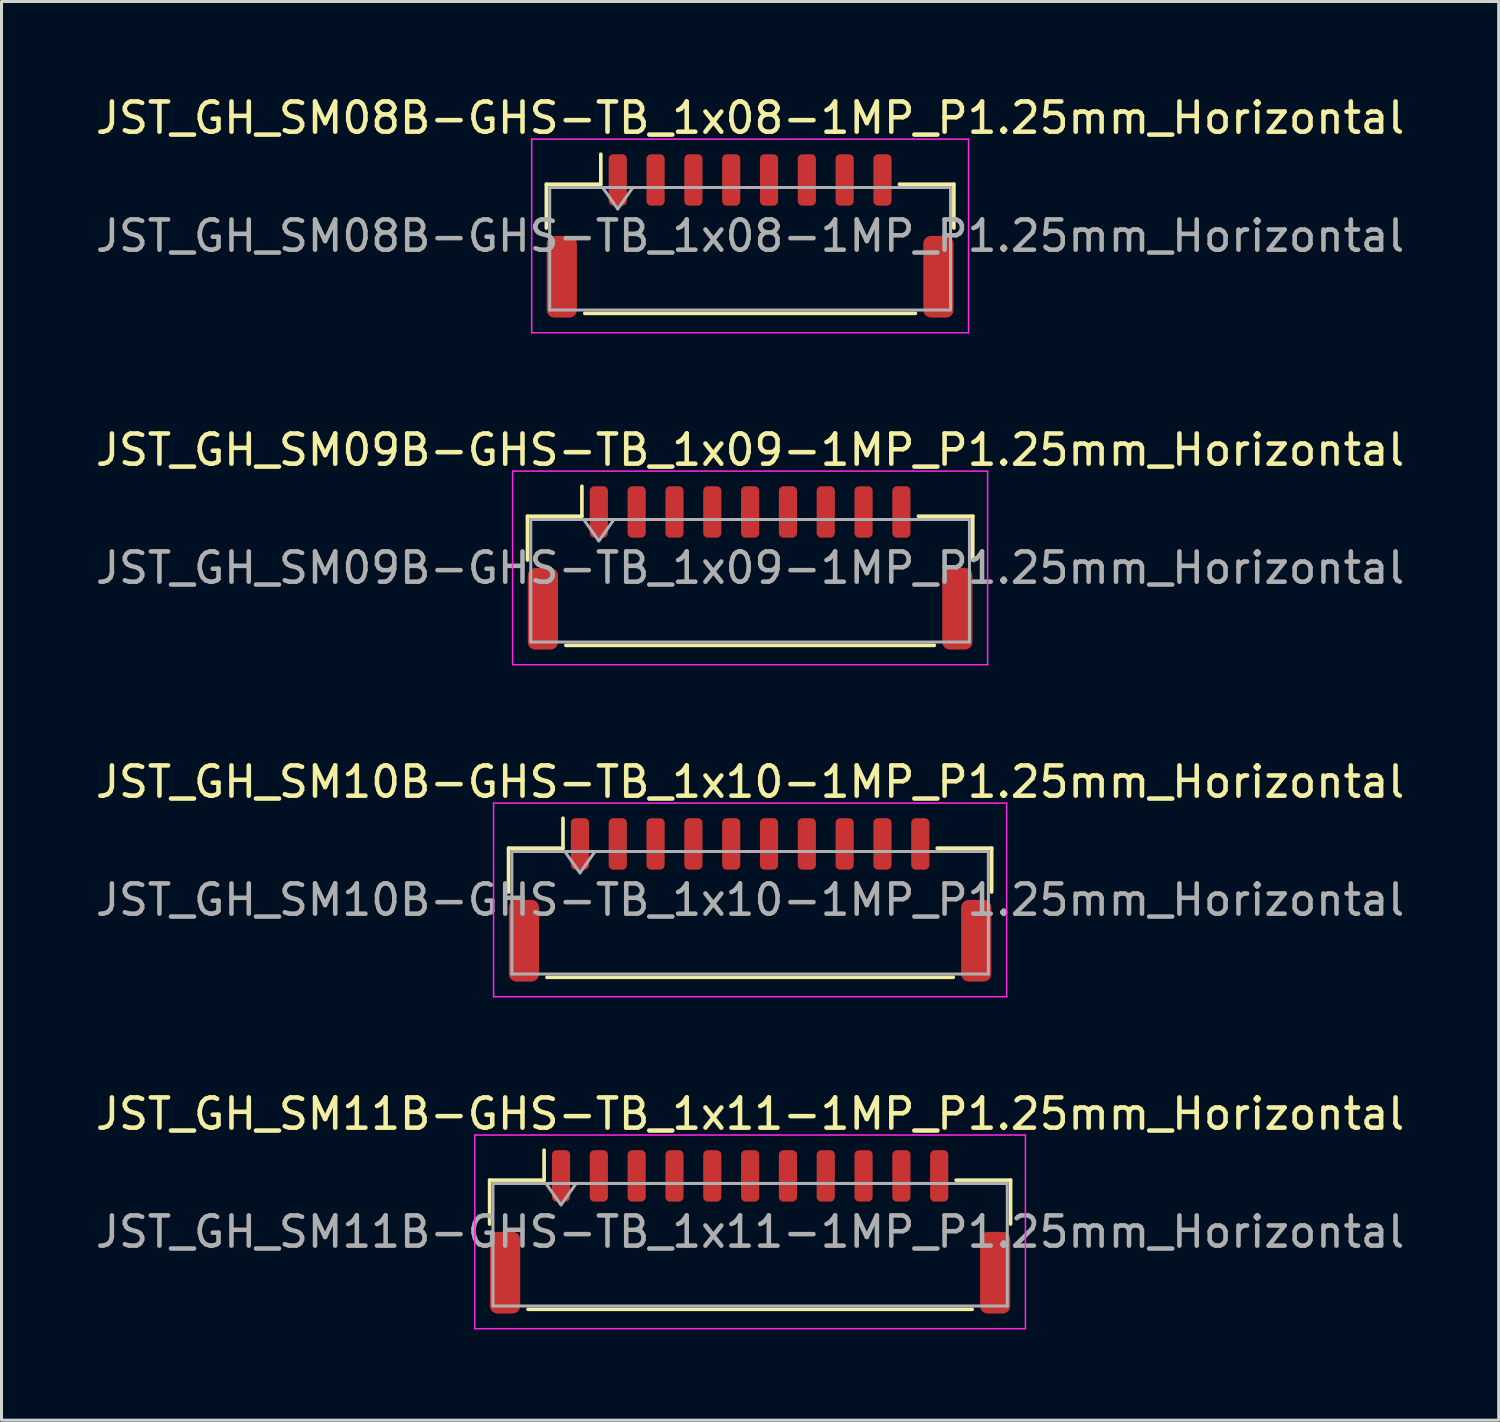
<source format=kicad_pcb>
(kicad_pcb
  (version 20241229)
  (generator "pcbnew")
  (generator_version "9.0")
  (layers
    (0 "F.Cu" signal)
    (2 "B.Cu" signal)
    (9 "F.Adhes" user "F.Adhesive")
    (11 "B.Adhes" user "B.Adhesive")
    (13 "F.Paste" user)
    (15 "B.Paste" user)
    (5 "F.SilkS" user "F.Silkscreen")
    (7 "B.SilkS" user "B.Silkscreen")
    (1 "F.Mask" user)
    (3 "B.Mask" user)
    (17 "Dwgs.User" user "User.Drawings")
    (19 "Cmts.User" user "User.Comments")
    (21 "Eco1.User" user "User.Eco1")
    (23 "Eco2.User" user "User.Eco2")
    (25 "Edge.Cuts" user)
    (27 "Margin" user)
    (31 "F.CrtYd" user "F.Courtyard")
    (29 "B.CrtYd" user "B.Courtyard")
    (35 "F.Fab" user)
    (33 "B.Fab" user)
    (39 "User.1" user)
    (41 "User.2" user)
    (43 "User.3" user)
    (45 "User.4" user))
  (footprint "JST_GH_SM10B-GHS-TB_1x10-1MP_P1.25mm_Horizontal"
    (layer "F.Cu")
    (at 21.744 26.695)
    (property "Reference" "JST_GH_SM10B-GHS-TB_1x10-1MP_P1.25mm_Horizontal" (at 0 -3.9 0) (layer "F.SilkS") (effects (font (size 1 1) (thickness 0.15))))
    (attr smd)
    (fp_line (start -7.985 -1.71) (end -6.185 -1.71) (stroke (width 0.12) (type solid)) (layer "F.SilkS"))
    (fp_line (start -7.985 -0.26) (end -7.985 -1.71) (stroke (width 0.12) (type solid)) (layer "F.SilkS"))
    (fp_line (start -6.715 2.56) (end 6.715 2.56) (stroke (width 0.12) (type solid)) (layer "F.SilkS"))
    (fp_line (start -6.185 -1.71) (end -6.185 -2.7) (stroke (width 0.12) (type solid)) (layer "F.SilkS"))
    (fp_line (start 7.985 -1.71) (end 6.185 -1.71) (stroke (width 0.12) (type solid)) (layer "F.SilkS"))
    (fp_line (start 7.985 -0.26) (end 7.985 -1.71) (stroke (width 0.12) (type solid)) (layer "F.SilkS"))
    (fp_line (start -8.48 -3.2) (end -8.48 3.2) (stroke (width 0.05) (type solid)) (layer "F.CrtYd"))
    (fp_line (start -8.48 3.2) (end 8.48 3.2) (stroke (width 0.05) (type solid)) (layer "F.CrtYd"))
    (fp_line (start 8.48 -3.2) (end -8.48 -3.2) (stroke (width 0.05) (type solid)) (layer "F.CrtYd"))
    (fp_line (start 8.48 3.2) (end 8.48 -3.2) (stroke (width 0.05) (type solid)) (layer "F.CrtYd"))
    (fp_line (start -7.875 -1.6) (end -7.875 2.45) (stroke (width 0.1) (type solid)) (layer "F.Fab"))
    (fp_line (start -7.875 -1.6) (end 7.875 -1.6) (stroke (width 0.1) (type solid)) (layer "F.Fab"))
    (fp_line (start -7.875 2.45) (end 7.875 2.45) (stroke (width 0.1) (type solid)) (layer "F.Fab"))
    (fp_line (start -6.125 -1.6) (end -5.625 -0.893) (stroke (width 0.1) (type solid)) (layer "F.Fab"))
    (fp_line (start -5.625 -0.893) (end -5.125 -1.6) (stroke (width 0.1) (type solid)) (layer "F.Fab"))
    (fp_line (start 7.875 -1.6) (end 7.875 2.45) (stroke (width 0.1) (type solid)) (layer "F.Fab"))
    (fp_text user "${REFERENCE}" (at 0 0 0) (layer "F.Fab") (effects (font (size 1 1) (thickness 0.15))))
    (pad "1" smd roundrect (at -5.625 -1.85) (size 0.6 1.7) (layers "F.Cu" "F.Mask" "F.Paste") (roundrect_rratio 0.25))
    (pad "2" smd roundrect (at -4.375 -1.85) (size 0.6 1.7) (layers "F.Cu" "F.Mask" "F.Paste") (roundrect_rratio 0.25))
    (pad "3" smd roundrect (at -3.125 -1.85) (size 0.6 1.7) (layers "F.Cu" "F.Mask" "F.Paste") (roundrect_rratio 0.25))
    (pad "4" smd roundrect (at -1.875 -1.85) (size 0.6 1.7) (layers "F.Cu" "F.Mask" "F.Paste") (roundrect_rratio 0.25))
    (pad "5" smd roundrect (at -0.625 -1.85) (size 0.6 1.7) (layers "F.Cu" "F.Mask" "F.Paste") (roundrect_rratio 0.25))
    (pad "6" smd roundrect (at 0.625 -1.85) (size 0.6 1.7) (layers "F.Cu" "F.Mask" "F.Paste") (roundrect_rratio 0.25))
    (pad "7" smd roundrect (at 1.875 -1.85) (size 0.6 1.7) (layers "F.Cu" "F.Mask" "F.Paste") (roundrect_rratio 0.25))
    (pad "8" smd roundrect (at 3.125 -1.85) (size 0.6 1.7) (layers "F.Cu" "F.Mask" "F.Paste") (roundrect_rratio 0.25))
    (pad "9" smd roundrect (at 4.375 -1.85) (size 0.6 1.7) (layers "F.Cu" "F.Mask" "F.Paste") (roundrect_rratio 0.25))
    (pad "10" smd roundrect (at 5.625 -1.85) (size 0.6 1.7) (layers "F.Cu" "F.Mask" "F.Paste") (roundrect_rratio 0.25))
    (pad "MP" smd roundrect (at -7.475 1.35) (size 1 2.7) (layers "F.Cu" "F.Mask" "F.Paste") (roundrect_rratio 0.25))
    (pad "MP" smd roundrect (at 7.475 1.35) (size 1 2.7) (layers "F.Cu" "F.Mask" "F.Paste") (roundrect_rratio 0.25)))
  (footprint "JST_GH_SM08B-GHS-TB_1x08-1MP_P1.25mm_Horizontal"
    (layer "F.Cu")
    (at 21.744 4.748)
    (property "Reference" "JST_GH_SM08B-GHS-TB_1x08-1MP_P1.25mm_Horizontal" (at 0 -3.9 0) (layer "F.SilkS") (effects (font (size 1 1) (thickness 0.15))))
    (attr smd)
    (fp_line (start -6.735 -1.71) (end -4.935 -1.71) (stroke (width 0.12) (type solid)) (layer "F.SilkS"))
    (fp_line (start -6.735 -0.26) (end -6.735 -1.71) (stroke (width 0.12) (type solid)) (layer "F.SilkS"))
    (fp_line (start -5.465 2.56) (end 5.465 2.56) (stroke (width 0.12) (type solid)) (layer "F.SilkS"))
    (fp_line (start -4.935 -1.71) (end -4.935 -2.7) (stroke (width 0.12) (type solid)) (layer "F.SilkS"))
    (fp_line (start 6.735 -1.71) (end 4.935 -1.71) (stroke (width 0.12) (type solid)) (layer "F.SilkS"))
    (fp_line (start 6.735 -0.26) (end 6.735 -1.71) (stroke (width 0.12) (type solid)) (layer "F.SilkS"))
    (fp_line (start -7.22 -3.2) (end -7.22 3.2) (stroke (width 0.05) (type solid)) (layer "F.CrtYd"))
    (fp_line (start -7.22 3.2) (end 7.22 3.2) (stroke (width 0.05) (type solid)) (layer "F.CrtYd"))
    (fp_line (start 7.22 -3.2) (end -7.22 -3.2) (stroke (width 0.05) (type solid)) (layer "F.CrtYd"))
    (fp_line (start 7.22 3.2) (end 7.22 -3.2) (stroke (width 0.05) (type solid)) (layer "F.CrtYd"))
    (fp_line (start -6.625 -1.6) (end -6.625 2.45) (stroke (width 0.1) (type solid)) (layer "F.Fab"))
    (fp_line (start -6.625 -1.6) (end 6.625 -1.6) (stroke (width 0.1) (type solid)) (layer "F.Fab"))
    (fp_line (start -6.625 2.45) (end 6.625 2.45) (stroke (width 0.1) (type solid)) (layer "F.Fab"))
    (fp_line (start -4.875 -1.6) (end -4.375 -0.893) (stroke (width 0.1) (type solid)) (layer "F.Fab"))
    (fp_line (start -4.375 -0.893) (end -3.875 -1.6) (stroke (width 0.1) (type solid)) (layer "F.Fab"))
    (fp_line (start 6.625 -1.6) (end 6.625 2.45) (stroke (width 0.1) (type solid)) (layer "F.Fab"))
    (fp_text user "${REFERENCE}" (at 0 0 0) (layer "F.Fab") (effects (font (size 1 1) (thickness 0.15))))
    (pad "1" smd roundrect (at -4.375 -1.85) (size 0.6 1.7) (layers "F.Cu" "F.Mask" "F.Paste") (roundrect_rratio 0.25))
    (pad "2" smd roundrect (at -3.125 -1.85) (size 0.6 1.7) (layers "F.Cu" "F.Mask" "F.Paste") (roundrect_rratio 0.25))
    (pad "3" smd roundrect (at -1.875 -1.85) (size 0.6 1.7) (layers "F.Cu" "F.Mask" "F.Paste") (roundrect_rratio 0.25))
    (pad "4" smd roundrect (at -0.625 -1.85) (size 0.6 1.7) (layers "F.Cu" "F.Mask" "F.Paste") (roundrect_rratio 0.25))
    (pad "5" smd roundrect (at 0.625 -1.85) (size 0.6 1.7) (layers "F.Cu" "F.Mask" "F.Paste") (roundrect_rratio 0.25))
    (pad "6" smd roundrect (at 1.875 -1.85) (size 0.6 1.7) (layers "F.Cu" "F.Mask" "F.Paste") (roundrect_rratio 0.25))
    (pad "7" smd roundrect (at 3.125 -1.85) (size 0.6 1.7) (layers "F.Cu" "F.Mask" "F.Paste") (roundrect_rratio 0.25))
    (pad "8" smd roundrect (at 4.375 -1.85) (size 0.6 1.7) (layers "F.Cu" "F.Mask" "F.Paste") (roundrect_rratio 0.25))
    (pad "MP" smd roundrect (at -6.225 1.35) (size 1 2.7) (layers "F.Cu" "F.Mask" "F.Paste") (roundrect_rratio 0.25))
    (pad "MP" smd roundrect (at 6.225 1.35) (size 1 2.7) (layers "F.Cu" "F.Mask" "F.Paste") (roundrect_rratio 0.25)))
  (footprint "JST_GH_SM11B-GHS-TB_1x11-1MP_P1.25mm_Horizontal"
    (layer "F.Cu")
    (at 21.744 37.668)
    (property "Reference" "JST_GH_SM11B-GHS-TB_1x11-1MP_P1.25mm_Horizontal" (at 0 -3.9 0) (layer "F.SilkS") (effects (font (size 1 1) (thickness 0.15))))
    (attr smd)
    (fp_line (start -8.61 -1.71) (end -6.81 -1.71) (stroke (width 0.12) (type solid)) (layer "F.SilkS"))
    (fp_line (start -8.61 -0.26) (end -8.61 -1.71) (stroke (width 0.12) (type solid)) (layer "F.SilkS"))
    (fp_line (start -7.34 2.56) (end 7.34 2.56) (stroke (width 0.12) (type solid)) (layer "F.SilkS"))
    (fp_line (start -6.81 -1.71) (end -6.81 -2.7) (stroke (width 0.12) (type solid)) (layer "F.SilkS"))
    (fp_line (start 8.61 -1.71) (end 6.81 -1.71) (stroke (width 0.12) (type solid)) (layer "F.SilkS"))
    (fp_line (start 8.61 -0.26) (end 8.61 -1.71) (stroke (width 0.12) (type solid)) (layer "F.SilkS"))
    (fp_line (start -9.1 -3.2) (end -9.1 3.2) (stroke (width 0.05) (type solid)) (layer "F.CrtYd"))
    (fp_line (start -9.1 3.2) (end 9.1 3.2) (stroke (width 0.05) (type solid)) (layer "F.CrtYd"))
    (fp_line (start 9.1 -3.2) (end -9.1 -3.2) (stroke (width 0.05) (type solid)) (layer "F.CrtYd"))
    (fp_line (start 9.1 3.2) (end 9.1 -3.2) (stroke (width 0.05) (type solid)) (layer "F.CrtYd"))
    (fp_line (start -8.5 -1.6) (end -8.5 2.45) (stroke (width 0.1) (type solid)) (layer "F.Fab"))
    (fp_line (start -8.5 -1.6) (end 8.5 -1.6) (stroke (width 0.1) (type solid)) (layer "F.Fab"))
    (fp_line (start -8.5 2.45) (end 8.5 2.45) (stroke (width 0.1) (type solid)) (layer "F.Fab"))
    (fp_line (start -6.75 -1.6) (end -6.25 -0.893) (stroke (width 0.1) (type solid)) (layer "F.Fab"))
    (fp_line (start -6.25 -0.893) (end -5.75 -1.6) (stroke (width 0.1) (type solid)) (layer "F.Fab"))
    (fp_line (start 8.5 -1.6) (end 8.5 2.45) (stroke (width 0.1) (type solid)) (layer "F.Fab"))
    (fp_text user "${REFERENCE}" (at 0 0 0) (layer "F.Fab") (effects (font (size 1 1) (thickness 0.15))))
    (pad "1" smd roundrect (at -6.25 -1.85) (size 0.6 1.7) (layers "F.Cu" "F.Mask" "F.Paste") (roundrect_rratio 0.25))
    (pad "2" smd roundrect (at -5 -1.85) (size 0.6 1.7) (layers "F.Cu" "F.Mask" "F.Paste") (roundrect_rratio 0.25))
    (pad "3" smd roundrect (at -3.75 -1.85) (size 0.6 1.7) (layers "F.Cu" "F.Mask" "F.Paste") (roundrect_rratio 0.25))
    (pad "4" smd roundrect (at -2.5 -1.85) (size 0.6 1.7) (layers "F.Cu" "F.Mask" "F.Paste") (roundrect_rratio 0.25))
    (pad "5" smd roundrect (at -1.25 -1.85) (size 0.6 1.7) (layers "F.Cu" "F.Mask" "F.Paste") (roundrect_rratio 0.25))
    (pad "6" smd roundrect (at 0 -1.85) (size 0.6 1.7) (layers "F.Cu" "F.Mask" "F.Paste") (roundrect_rratio 0.25))
    (pad "7" smd roundrect (at 1.25 -1.85) (size 0.6 1.7) (layers "F.Cu" "F.Mask" "F.Paste") (roundrect_rratio 0.25))
    (pad "8" smd roundrect (at 2.5 -1.85) (size 0.6 1.7) (layers "F.Cu" "F.Mask" "F.Paste") (roundrect_rratio 0.25))
    (pad "9" smd roundrect (at 3.75 -1.85) (size 0.6 1.7) (layers "F.Cu" "F.Mask" "F.Paste") (roundrect_rratio 0.25))
    (pad "10" smd roundrect (at 5 -1.85) (size 0.6 1.7) (layers "F.Cu" "F.Mask" "F.Paste") (roundrect_rratio 0.25))
    (pad "11" smd roundrect (at 6.25 -1.85) (size 0.6 1.7) (layers "F.Cu" "F.Mask" "F.Paste") (roundrect_rratio 0.25))
    (pad "MP" smd roundrect (at -8.1 1.35) (size 1 2.7) (layers "F.Cu" "F.Mask" "F.Paste") (roundrect_rratio 0.25))
    (pad "MP" smd roundrect (at 8.1 1.35) (size 1 2.7) (layers "F.Cu" "F.Mask" "F.Paste") (roundrect_rratio 0.25)))
  (footprint "JST_GH_SM09B-GHS-TB_1x09-1MP_P1.25mm_Horizontal"
    (layer "F.Cu")
    (at 21.744 15.722)
    (property "Reference" "JST_GH_SM09B-GHS-TB_1x09-1MP_P1.25mm_Horizontal" (at 0 -3.9 0) (layer "F.SilkS") (effects (font (size 1 1) (thickness 0.15))))
    (attr smd)
    (fp_line (start -7.36 -1.71) (end -5.56 -1.71) (stroke (width 0.12) (type solid)) (layer "F.SilkS"))
    (fp_line (start -7.36 -0.26) (end -7.36 -1.71) (stroke (width 0.12) (type solid)) (layer "F.SilkS"))
    (fp_line (start -6.09 2.56) (end 6.09 2.56) (stroke (width 0.12) (type solid)) (layer "F.SilkS"))
    (fp_line (start -5.56 -1.71) (end -5.56 -2.7) (stroke (width 0.12) (type solid)) (layer "F.SilkS"))
    (fp_line (start 7.36 -1.71) (end 5.56 -1.71) (stroke (width 0.12) (type solid)) (layer "F.SilkS"))
    (fp_line (start 7.36 -0.26) (end 7.36 -1.71) (stroke (width 0.12) (type solid)) (layer "F.SilkS"))
    (fp_line (start -7.85 -3.2) (end -7.85 3.2) (stroke (width 0.05) (type solid)) (layer "F.CrtYd"))
    (fp_line (start -7.85 3.2) (end 7.85 3.2) (stroke (width 0.05) (type solid)) (layer "F.CrtYd"))
    (fp_line (start 7.85 -3.2) (end -7.85 -3.2) (stroke (width 0.05) (type solid)) (layer "F.CrtYd"))
    (fp_line (start 7.85 3.2) (end 7.85 -3.2) (stroke (width 0.05) (type solid)) (layer "F.CrtYd"))
    (fp_line (start -7.25 -1.6) (end -7.25 2.45) (stroke (width 0.1) (type solid)) (layer "F.Fab"))
    (fp_line (start -7.25 -1.6) (end 7.25 -1.6) (stroke (width 0.1) (type solid)) (layer "F.Fab"))
    (fp_line (start -7.25 2.45) (end 7.25 2.45) (stroke (width 0.1) (type solid)) (layer "F.Fab"))
    (fp_line (start -5.5 -1.6) (end -5 -0.893) (stroke (width 0.1) (type solid)) (layer "F.Fab"))
    (fp_line (start -5 -0.893) (end -4.5 -1.6) (stroke (width 0.1) (type solid)) (layer "F.Fab"))
    (fp_line (start 7.25 -1.6) (end 7.25 2.45) (stroke (width 0.1) (type solid)) (layer "F.Fab"))
    (fp_text user "${REFERENCE}" (at 0 0 0) (layer "F.Fab") (effects (font (size 1 1) (thickness 0.15))))
    (pad "1" smd roundrect (at -5 -1.85) (size 0.6 1.7) (layers "F.Cu" "F.Mask" "F.Paste") (roundrect_rratio 0.25))
    (pad "2" smd roundrect (at -3.75 -1.85) (size 0.6 1.7) (layers "F.Cu" "F.Mask" "F.Paste") (roundrect_rratio 0.25))
    (pad "3" smd roundrect (at -2.5 -1.85) (size 0.6 1.7) (layers "F.Cu" "F.Mask" "F.Paste") (roundrect_rratio 0.25))
    (pad "4" smd roundrect (at -1.25 -1.85) (size 0.6 1.7) (layers "F.Cu" "F.Mask" "F.Paste") (roundrect_rratio 0.25))
    (pad "5" smd roundrect (at 0 -1.85) (size 0.6 1.7) (layers "F.Cu" "F.Mask" "F.Paste") (roundrect_rratio 0.25))
    (pad "6" smd roundrect (at 1.25 -1.85) (size 0.6 1.7) (layers "F.Cu" "F.Mask" "F.Paste") (roundrect_rratio 0.25))
    (pad "7" smd roundrect (at 2.5 -1.85) (size 0.6 1.7) (layers "F.Cu" "F.Mask" "F.Paste") (roundrect_rratio 0.25))
    (pad "8" smd roundrect (at 3.75 -1.85) (size 0.6 1.7) (layers "F.Cu" "F.Mask" "F.Paste") (roundrect_rratio 0.25))
    (pad "9" smd roundrect (at 5 -1.85) (size 0.6 1.7) (layers "F.Cu" "F.Mask" "F.Paste") (roundrect_rratio 0.25))
    (pad "MP" smd roundrect (at -6.85 1.35) (size 1 2.7) (layers "F.Cu" "F.Mask" "F.Paste") (roundrect_rratio 0.25))
    (pad "MP" smd roundrect (at 6.85 1.35) (size 1 2.7) (layers "F.Cu" "F.Mask" "F.Paste") (roundrect_rratio 0.25)))
  (gr_rect
    (start -3 -3)
    (end 46.488 43.893)
    (stroke (width 0.1) (type default))
    (fill no)
    (layer "Edge.Cuts")))
</source>
